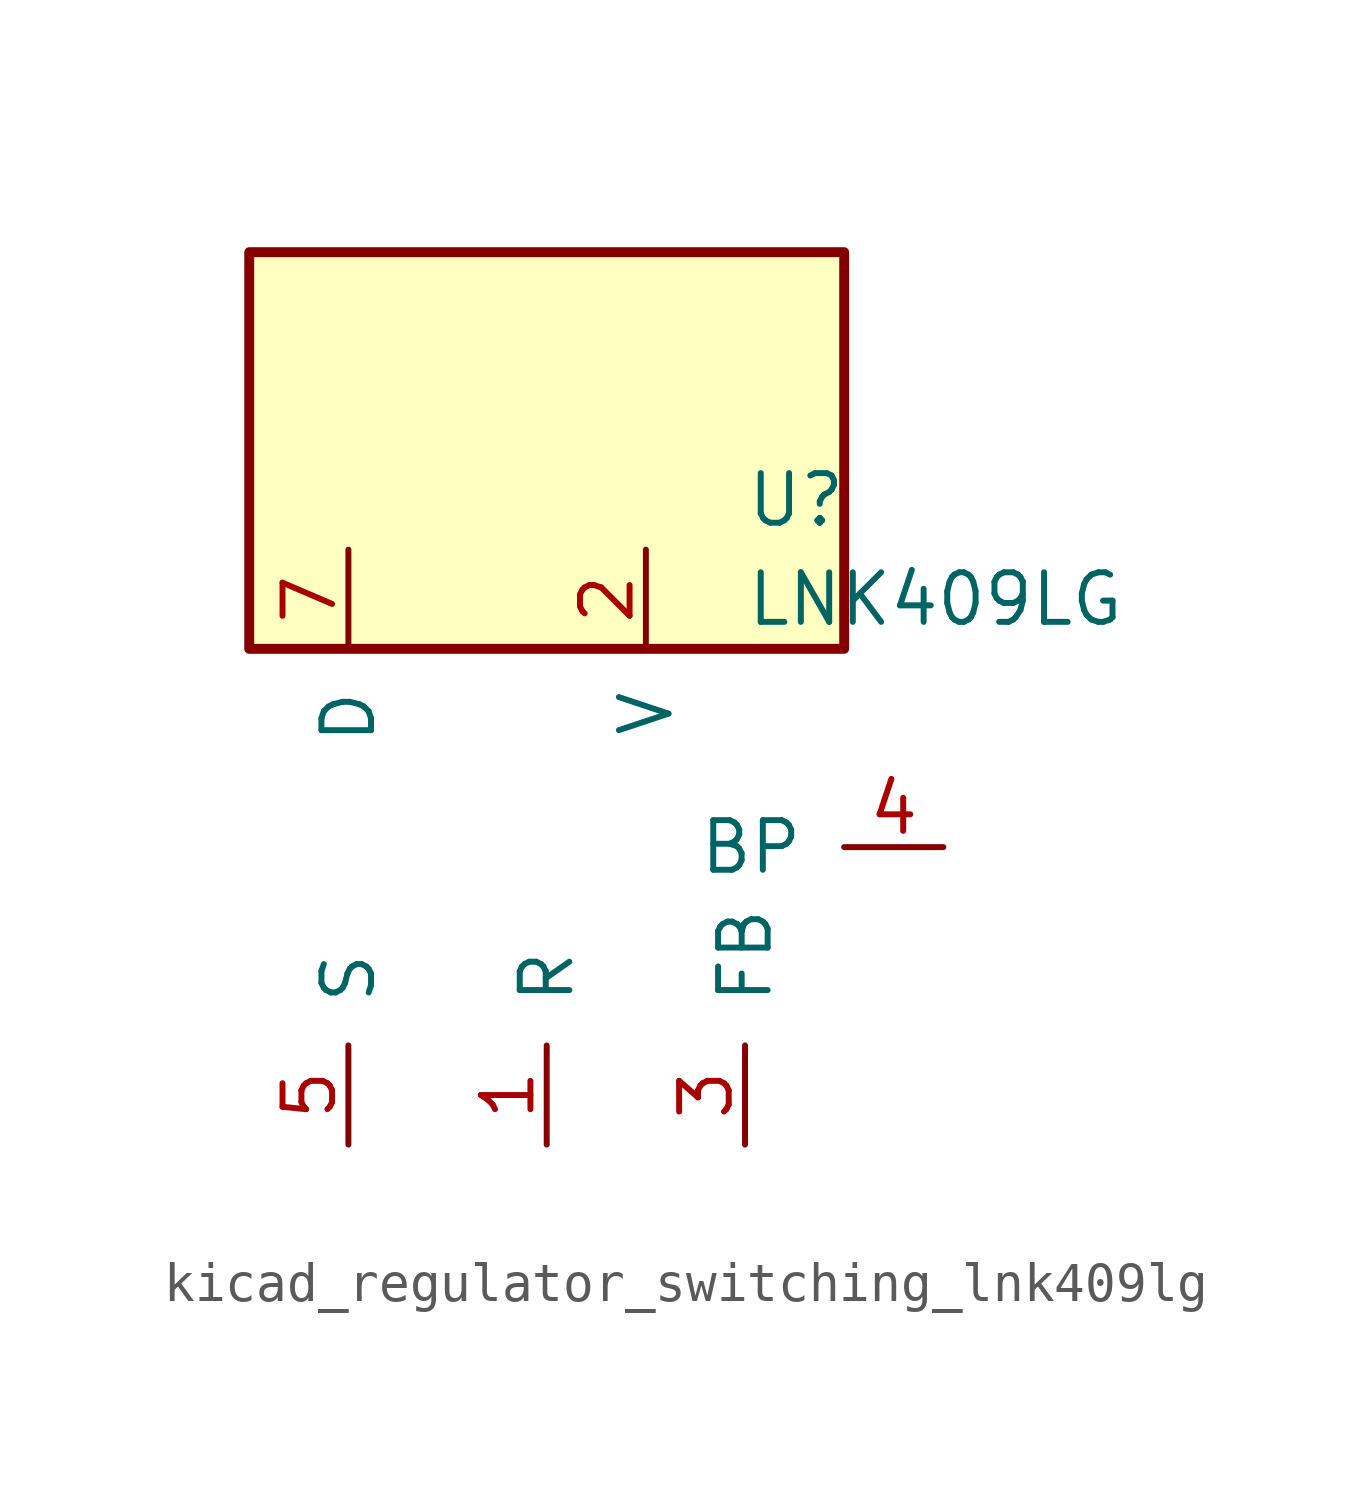
<source format=kicad_sym>
(kicad_symbol_lib
  (version 20220914)
  (generator kicad_symbol_editor)
  (symbol "kicad_regulator_switching_lnk409lg"
    (pin_names
      (offset 1.016))
    (property "Reference" "U"
      (at 5.08 8.89 0)
      (effects (font (size 1.27 1.27)) (justify left)))
    (property "Value" "LNK409LG"
      (at 5.08 6.35 0)
      (effects (font (size 1.27 1.27)) (justify left)))
    (symbol "kicad_regulator_switching_lnk409lg_0_1"
      (rectangle (start 7.62 15.24) (end -7.62 5.08) (stroke (width 0.254) (type default)) (fill (type background))))
    (symbol "kicad_regulator_switching_lnk409lg_1_1"
      (pin input line (at 0 -7.62 90) (length 2.54) (name "R" (effects (font (size 1.27 1.27)))) (number "1" (effects (font (size 1.27 1.27)))))
      (pin input line (at 2.54 7.62 270) (length 2.54) (name "V" (effects (font (size 1.27 1.27)))) (number "2" (effects (font (size 1.27 1.27)))))
      (pin input line (at 5.08 -7.62 90) (length 2.54) (name "FB" (effects (font (size 1.27 1.27)))) (number "3" (effects (font (size 1.27 1.27)))))
      (pin input line (at 10.16 0 180) (length 2.54) (name "BP" (effects (font (size 1.27 1.27)))) (number "4" (effects (font (size 1.27 1.27)))))
      (pin power_in line (at -5.08 -7.62 90) (length 2.54) (name "S" (effects (font (size 1.27 1.27)))) (number "5" (effects (font (size 1.27 1.27)))))
      (pin open_collector line (at -5.08 7.62 270) (length 2.54) (name "D" (effects (font (size 1.27 1.27)))) (number "7" (effects (font (size 1.27 1.27))))))))
</source>
